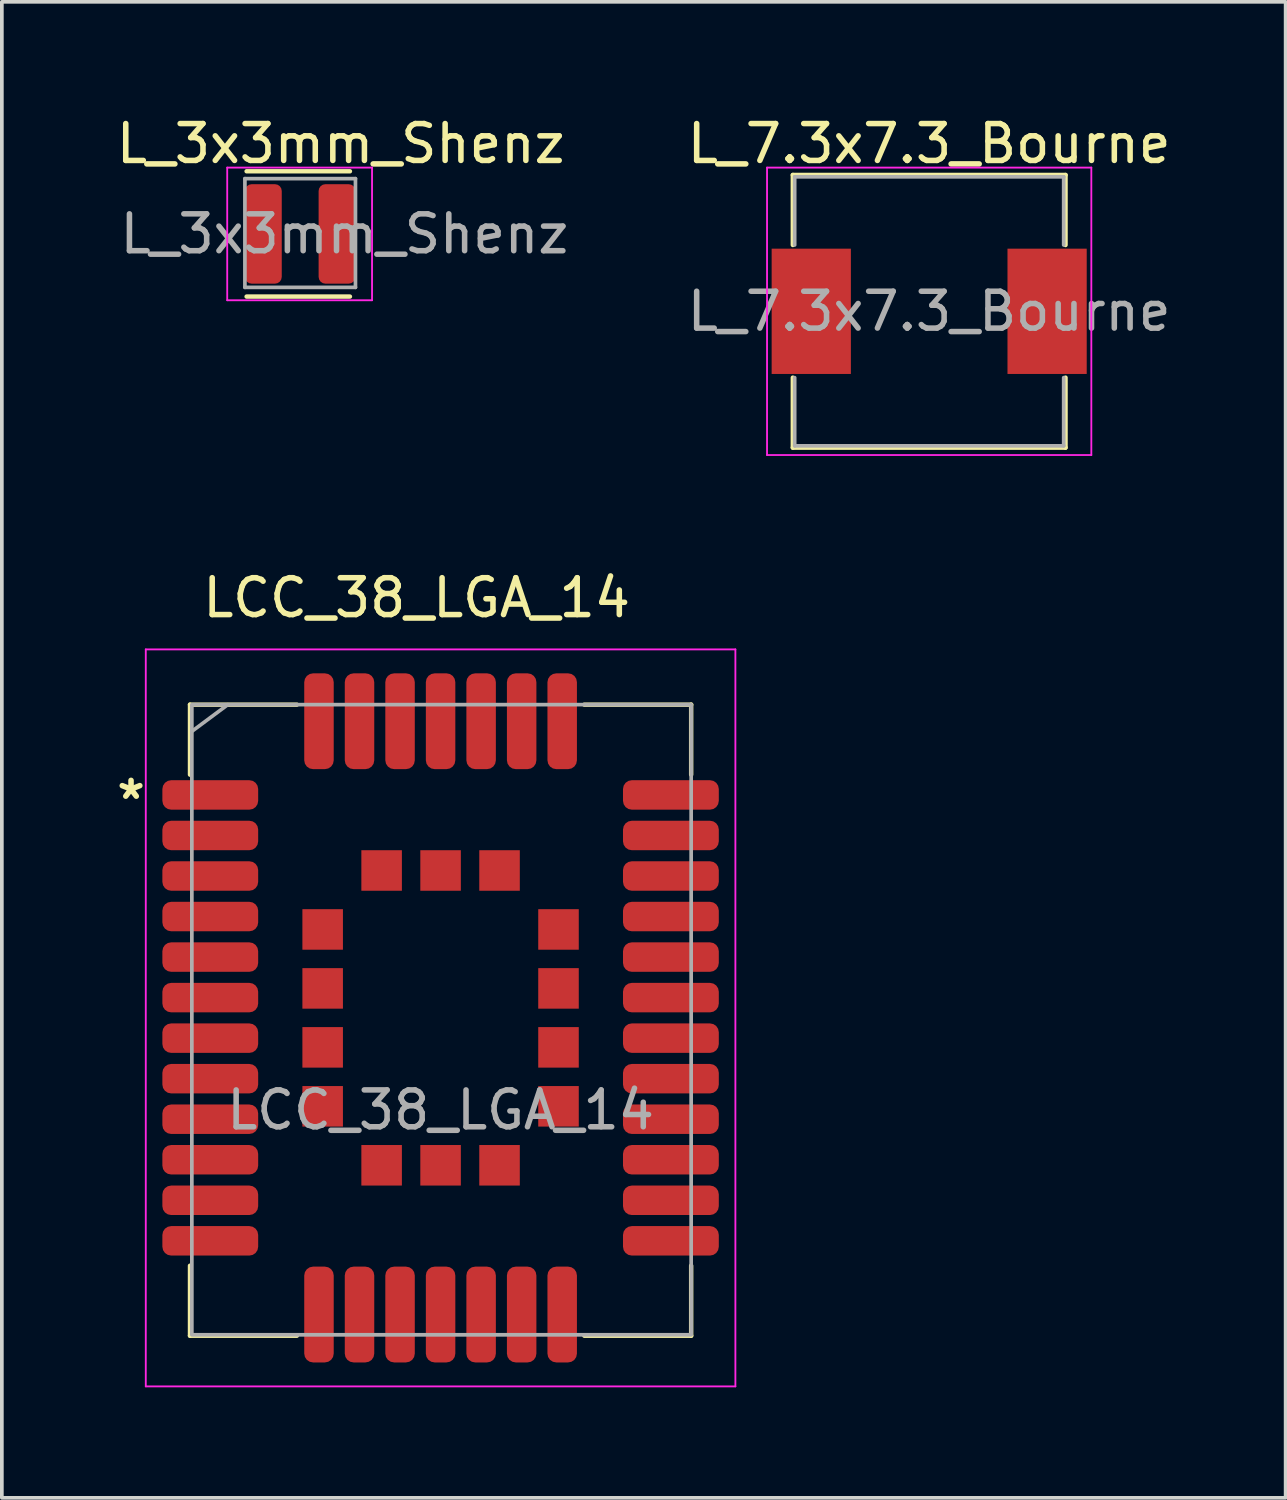
<source format=kicad_pcb>
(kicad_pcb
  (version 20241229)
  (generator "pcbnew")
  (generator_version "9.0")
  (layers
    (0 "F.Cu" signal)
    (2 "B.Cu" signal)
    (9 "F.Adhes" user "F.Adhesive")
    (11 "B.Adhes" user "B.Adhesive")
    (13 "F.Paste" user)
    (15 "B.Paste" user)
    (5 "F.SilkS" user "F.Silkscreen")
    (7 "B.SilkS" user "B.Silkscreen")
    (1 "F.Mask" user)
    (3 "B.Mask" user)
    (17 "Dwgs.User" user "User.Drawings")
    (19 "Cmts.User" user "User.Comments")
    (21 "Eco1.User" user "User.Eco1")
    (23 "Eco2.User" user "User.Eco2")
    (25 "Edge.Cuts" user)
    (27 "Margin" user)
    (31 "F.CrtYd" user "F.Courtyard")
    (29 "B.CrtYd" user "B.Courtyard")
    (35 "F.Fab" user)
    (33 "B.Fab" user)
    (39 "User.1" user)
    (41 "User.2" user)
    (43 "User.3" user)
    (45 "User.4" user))
  (footprint "LCC_38_LGA_14"
    (layer "F.Cu")
    (at 8.906 24.572)
    (property "Reference" "LCC_38_LGA_14" (at -0.65 -11.4 0) (unlocked yes) (layer "F.SilkS") (effects (font (size 1 1) (thickness 0.15))))
    (attr smd)
    (fp_line (start -6.8 -8.5) (end -3.9 -8.5) (stroke (width 0.12) (type solid)) (layer "F.SilkS"))
    (fp_line (start -6.8 -6.6) (end -6.8 -8.5) (stroke (width 0.12) (type solid)) (layer "F.SilkS"))
    (fp_line (start -6.8 6.725) (end -6.8 8.625) (stroke (width 0.12) (type solid)) (layer "F.SilkS"))
    (fp_line (start -6.8 8.625) (end -3.9 8.625) (stroke (width 0.12) (type solid)) (layer "F.SilkS"))
    (fp_line (start 6.8 -8.5) (end 3.9 -8.5) (stroke (width 0.12) (type solid)) (layer "F.SilkS"))
    (fp_line (start 6.8 -6.6) (end 6.8 -8.5) (stroke (width 0.12) (type solid)) (layer "F.SilkS"))
    (fp_line (start 6.8 6.725) (end 6.8 8.625) (stroke (width 0.12) (type solid)) (layer "F.SilkS"))
    (fp_line (start 6.8 8.625) (end 3.9 8.625) (stroke (width 0.12) (type solid)) (layer "F.SilkS"))
    (fp_line (start -8 -10) (end -8 10) (stroke (width 0.05) (type solid)) (layer "F.CrtYd"))
    (fp_line (start -8 -10) (end 8 -10) (stroke (width 0.05) (type solid)) (layer "F.CrtYd"))
    (fp_line (start -8 10) (end 8 10) (stroke (width 0.05) (type solid)) (layer "F.CrtYd"))
    (fp_line (start 8 10) (end 8 -10) (stroke (width 0.05) (type solid)) (layer "F.CrtYd"))
    (fp_line (start -6.75 -7.775) (end -5.775 -8.5) (stroke (width 0.1) (type default)) (layer "F.Fab"))
    (fp_rect (start -6.75 -8.5) (end 6.8 8.6) (stroke (width 0.1) (type default)) (fill no) (layer "F.Fab"))
    (fp_text user "*" (at -8.4 -5.9 0) (unlocked yes) (layer "F.SilkS") (effects (font (size 1 1) (thickness 0.15))))
    (fp_text user "${REFERENCE}" (at 0 2.5 0) (unlocked yes) (layer "F.Fab") (effects (font (size 1 1) (thickness 0.15))))
    (pad "1" smd roundrect (at -6.25 -6.05) (size 2.6 0.8) (layers "F.Cu" "F.Mask" "F.Paste") (roundrect_rratio 0.3))
    (pad "2" smd roundrect (at -6.25 -4.95) (size 2.6 0.8) (layers "F.Cu" "F.Mask" "F.Paste") (roundrect_rratio 0.3))
    (pad "3" smd roundrect (at -6.25 -3.85) (size 2.6 0.8) (layers "F.Cu" "F.Mask" "F.Paste") (roundrect_rratio 0.3))
    (pad "4" smd roundrect (at -6.25 -2.75) (size 2.6 0.8) (layers "F.Cu" "F.Mask" "F.Paste") (roundrect_rratio 0.3))
    (pad "5" smd roundrect (at -6.25 -1.65) (size 2.6 0.8) (layers "F.Cu" "F.Mask" "F.Paste") (roundrect_rratio 0.3))
    (pad "6" smd roundrect (at -6.25 -0.55) (size 2.6 0.8) (layers "F.Cu" "F.Mask" "F.Paste") (roundrect_rratio 0.3))
    (pad "7" smd roundrect (at -6.25 0.55) (size 2.6 0.8) (layers "F.Cu" "F.Mask" "F.Paste") (roundrect_rratio 0.3))
    (pad "8" smd roundrect (at -6.25 1.65) (size 2.6 0.8) (layers "F.Cu" "F.Mask" "F.Paste") (roundrect_rratio 0.3))
    (pad "9" smd roundrect (at -6.25 2.75) (size 2.6 0.8) (layers "F.Cu" "F.Mask" "F.Paste") (roundrect_rratio 0.3))
    (pad "10" smd roundrect (at -6.25 3.85) (size 2.6 0.8) (layers "F.Cu" "F.Mask" "F.Paste") (roundrect_rratio 0.3))
    (pad "11" smd roundrect (at -6.25 4.95) (size 2.6 0.8) (layers "F.Cu" "F.Mask" "F.Paste") (roundrect_rratio 0.3))
    (pad "12" smd roundrect (at -6.25 6.05) (size 2.6 0.8) (layers "F.Cu" "F.Mask" "F.Paste") (roundrect_rratio 0.3))
    (pad "13" smd roundrect (at -3.3 8.05 90) (size 2.6 0.8) (layers "F.Cu" "F.Mask" "F.Paste") (roundrect_rratio 0.3))
    (pad "14" smd roundrect (at -2.2 8.05 90) (size 2.6 0.8) (layers "F.Cu" "F.Mask" "F.Paste") (roundrect_rratio 0.3))
    (pad "15" smd roundrect (at -1.1 8.05 90) (size 2.6 0.8) (layers "F.Cu" "F.Mask" "F.Paste") (roundrect_rratio 0.3))
    (pad "16" smd roundrect (at 0 8.05 90) (size 2.6 0.8) (layers "F.Cu" "F.Mask" "F.Paste") (roundrect_rratio 0.3))
    (pad "17" smd roundrect (at 1.1 8.05 90) (size 2.6 0.8) (layers "F.Cu" "F.Mask" "F.Paste") (roundrect_rratio 0.3))
    (pad "18" smd roundrect (at 2.2 8.05 90) (size 2.6 0.8) (layers "F.Cu" "F.Mask" "F.Paste") (roundrect_rratio 0.3))
    (pad "19" smd roundrect (at 3.3 8.05 90) (size 2.6 0.8) (layers "F.Cu" "F.Mask" "F.Paste") (roundrect_rratio 0.3))
    (pad "20" smd roundrect (at 6.25 6.05) (size 2.6 0.8) (layers "F.Cu" "F.Mask" "F.Paste") (roundrect_rratio 0.3))
    (pad "21" smd roundrect (at 6.25 4.95) (size 2.6 0.8) (layers "F.Cu" "F.Mask" "F.Paste") (roundrect_rratio 0.3))
    (pad "22" smd roundrect (at 6.25 3.85) (size 2.6 0.8) (layers "F.Cu" "F.Mask" "F.Paste") (roundrect_rratio 0.3))
    (pad "23" smd roundrect (at 6.25 2.75) (size 2.6 0.8) (layers "F.Cu" "F.Mask" "F.Paste") (roundrect_rratio 0.3))
    (pad "24" smd roundrect (at 6.25 1.65) (size 2.6 0.8) (layers "F.Cu" "F.Mask" "F.Paste") (roundrect_rratio 0.3))
    (pad "25" smd roundrect (at 6.25 0.55) (size 2.6 0.8) (layers "F.Cu" "F.Mask" "F.Paste") (roundrect_rratio 0.3))
    (pad "26" smd roundrect (at 6.25 -0.55) (size 2.6 0.8) (layers "F.Cu" "F.Mask" "F.Paste") (roundrect_rratio 0.3))
    (pad "27" smd roundrect (at 6.25 -1.65) (size 2.6 0.8) (layers "F.Cu" "F.Mask" "F.Paste") (roundrect_rratio 0.3))
    (pad "28" smd roundrect (at 6.25 -2.75) (size 2.6 0.8) (layers "F.Cu" "F.Mask" "F.Paste") (roundrect_rratio 0.3))
    (pad "29" smd roundrect (at 6.25 -3.85) (size 2.6 0.8) (layers "F.Cu" "F.Mask" "F.Paste") (roundrect_rratio 0.3))
    (pad "30" smd roundrect (at 6.25 -4.95) (size 2.6 0.8) (layers "F.Cu" "F.Mask" "F.Paste") (roundrect_rratio 0.3))
    (pad "31" smd roundrect (at 6.25 -6.05) (size 2.6 0.8) (layers "F.Cu" "F.Mask" "F.Paste") (roundrect_rratio 0.3))
    (pad "32" smd roundrect (at 3.3 -8.05 90) (size 2.6 0.8) (layers "F.Cu" "F.Mask" "F.Paste") (roundrect_rratio 0.3))
    (pad "33" smd roundrect (at 2.2 -8.05 90) (size 2.6 0.8) (layers "F.Cu" "F.Mask" "F.Paste") (roundrect_rratio 0.3))
    (pad "34" smd roundrect (at 1.1 -8.05 90) (size 2.6 0.8) (layers "F.Cu" "F.Mask" "F.Paste") (roundrect_rratio 0.3))
    (pad "35" smd roundrect (at 0 -8.05 90) (size 2.6 0.8) (layers "F.Cu" "F.Mask" "F.Paste") (roundrect_rratio 0.3))
    (pad "36" smd roundrect (at -1.1 -8.05 90) (size 2.6 0.8) (layers "F.Cu" "F.Mask" "F.Paste") (roundrect_rratio 0.3))
    (pad "37" smd roundrect (at -2.2 -8.05 90) (size 2.6 0.8) (layers "F.Cu" "F.Mask" "F.Paste") (roundrect_rratio 0.3))
    (pad "38" smd roundrect (at -3.3 -8.05 90) (size 2.6 0.8) (layers "F.Cu" "F.Mask" "F.Paste") (roundrect_rratio 0.3))
    (pad "39" smd rect (at -3.2 -2.4 90) (size 1.1 1.1) (layers "F.Cu" "F.Mask" "F.Paste"))
    (pad "40" smd rect (at -3.2 -0.8 90) (size 1.1 1.1) (layers "F.Cu" "F.Mask" "F.Paste"))
    (pad "41" smd rect (at -3.2 0.8 90) (size 1.1 1.1) (layers "F.Cu" "F.Mask" "F.Paste"))
    (pad "42" smd rect (at -3.2 2.4 90) (size 1.1 1.1) (layers "F.Cu" "F.Mask" "F.Paste"))
    (pad "43" smd rect (at -1.6 4 90) (size 1.1 1.1) (layers "F.Cu" "F.Mask" "F.Paste"))
    (pad "44" smd rect (at 0 4 90) (size 1.1 1.1) (layers "F.Cu" "F.Mask" "F.Paste"))
    (pad "45" smd rect (at 1.6 4 90) (size 1.1 1.1) (layers "F.Cu" "F.Mask" "F.Paste"))
    (pad "46" smd rect (at 3.2 2.4 90) (size 1.1 1.1) (layers "F.Cu" "F.Mask" "F.Paste"))
    (pad "47" smd rect (at 3.2 0.8 90) (size 1.1 1.1) (layers "F.Cu" "F.Mask" "F.Paste"))
    (pad "48" smd rect (at 3.2 -0.8 90) (size 1.1 1.1) (layers "F.Cu" "F.Mask" "F.Paste"))
    (pad "49" smd rect (at 3.2 -2.4 90) (size 1.1 1.1) (layers "F.Cu" "F.Mask" "F.Paste"))
    (pad "50" smd rect (at 1.6 -4 90) (size 1.1 1.1) (layers "F.Cu" "F.Mask" "F.Paste"))
    (pad "51" smd rect (at 0 -4 90) (size 1.1 1.1) (layers "F.Cu" "F.Mask" "F.Paste"))
    (pad "52" smd rect (at -1.6 -4 90) (size 1.1 1.1) (layers "F.Cu" "F.Mask" "F.Paste")))
  (footprint "L_3x3mm_Shenz"
    (layer "F.Cu")
    (at 5.096 3.298)
    (property "Reference" "L_3x3mm_Shenz" (at 1.1 -2.45 0) (layer "F.SilkS") (effects (font (size 1 1) (thickness 0.15))))
    (attr smd)
    (fp_line (start -1.454 -1.7) (end 1.35 -1.7) (stroke (width 0.12) (type solid)) (layer "F.SilkS"))
    (fp_line (start -1.454 1.7) (end 1.35 1.7) (stroke (width 0.12) (type solid)) (layer "F.SilkS"))
    (fp_line (start -1.98 -1.8) (end 1.95 -1.8) (stroke (width 0.05) (type solid)) (layer "F.CrtYd"))
    (fp_line (start -1.98 1.8) (end -1.98 -1.8) (stroke (width 0.05) (type solid)) (layer "F.CrtYd"))
    (fp_line (start 1.95 -1.8) (end 1.95 1.8) (stroke (width 0.05) (type solid)) (layer "F.CrtYd"))
    (fp_line (start 1.95 1.8) (end -1.98 1.8) (stroke (width 0.05) (type solid)) (layer "F.CrtYd"))
    (fp_line (start -1.5 -1.5) (end 1.5 -1.5) (stroke (width 0.1) (type solid)) (layer "F.Fab"))
    (fp_line (start -1.5 1.45) (end -1.5 -1.5) (stroke (width 0.1) (type solid)) (layer "F.Fab"))
    (fp_line (start 1.5 -1.5) (end 1.5 1.45) (stroke (width 0.1) (type solid)) (layer "F.Fab"))
    (fp_line (start 1.5 1.45) (end -1.5 1.45) (stroke (width 0.1) (type solid)) (layer "F.Fab"))
    (fp_text user "${REFERENCE}" (at 1.2 0 0) (layer "F.Fab") (effects (font (size 1 1) (thickness 0.15))))
    (pad "1" smd roundrect (at -1 0) (size 1 2.7) (layers "F.Cu" "F.Mask" "F.Paste") (roundrect_rratio 0.185))
    (pad "2" smd roundrect (at 1 0) (size 1 2.7) (layers "F.Cu" "F.Mask" "F.Paste") (roundrect_rratio 0.185)))
  (footprint "L_7.3x7.3_Bourne"
    (layer "F.Cu")
    (at 22.165 5.398)
    (property "Reference" "L_7.3x7.3_Bourne" (at 0 -4.55 0) (layer "F.SilkS") (effects (font (size 1 1) (thickness 0.15))))
    (attr smd)
    (fp_line (start -3.7 -3.7) (end 3.7 -3.7) (stroke (width 0.12) (type solid)) (layer "F.SilkS"))
    (fp_line (start -3.7 -1.8) (end -3.7 -3.7) (stroke (width 0.12) (type solid)) (layer "F.SilkS"))
    (fp_line (start -3.7 3.7) (end -3.7 1.8) (stroke (width 0.12) (type solid)) (layer "F.SilkS"))
    (fp_line (start 3.7 -3.7) (end 3.7 -1.8) (stroke (width 0.12) (type solid)) (layer "F.SilkS"))
    (fp_line (start 3.7 1.8) (end 3.7 3.7) (stroke (width 0.12) (type solid)) (layer "F.SilkS"))
    (fp_line (start 3.7 3.7) (end -3.7 3.7) (stroke (width 0.12) (type solid)) (layer "F.SilkS"))
    (fp_line (start -4.4 -3.9) (end -4.4 3.9) (stroke (width 0.05) (type solid)) (layer "F.CrtYd"))
    (fp_line (start -4.4 3.9) (end 4.4 3.9) (stroke (width 0.05) (type solid)) (layer "F.CrtYd"))
    (fp_line (start 4.4 -3.9) (end -4.4 -3.9) (stroke (width 0.05) (type solid)) (layer "F.CrtYd"))
    (fp_line (start 4.4 3.9) (end 4.4 -3.9) (stroke (width 0.05) (type solid)) (layer "F.CrtYd"))
    (fp_line (start -3.65 -3.65) (end -3.65 -1.8) (stroke (width 0.1) (type solid)) (layer "F.Fab"))
    (fp_line (start -3.65 -3.65) (end 3.65 -3.65) (stroke (width 0.1) (type solid)) (layer "F.Fab"))
    (fp_line (start -3.65 3.65) (end -3.65 1.8) (stroke (width 0.1) (type solid)) (layer "F.Fab"))
    (fp_line (start 3.65 -3.65) (end 3.65 -1.8) (stroke (width 0.1) (type solid)) (layer "F.Fab"))
    (fp_line (start 3.65 3.65) (end -3.65 3.65) (stroke (width 0.1) (type solid)) (layer "F.Fab"))
    (fp_line (start 3.65 3.65) (end 3.65 1.8) (stroke (width 0.1) (type solid)) (layer "F.Fab"))
    (fp_text user "${REFERENCE}" (at 0 0 0) (layer "F.Fab") (effects (font (size 1 1) (thickness 0.15))))
    (pad "1" smd rect (at -3.2 0) (size 2.15 3.4) (layers "F.Cu" "F.Mask" "F.Paste"))
    (pad "2" smd rect (at 3.2 0) (size 2.15 3.4) (layers "F.Cu" "F.Mask" "F.Paste")))
  (gr_rect
    (start -3 -3)
    (end 31.838 37.596)
    (stroke (width 0.1) (type default))
    (fill no)
    (layer "Edge.Cuts")))
</source>
